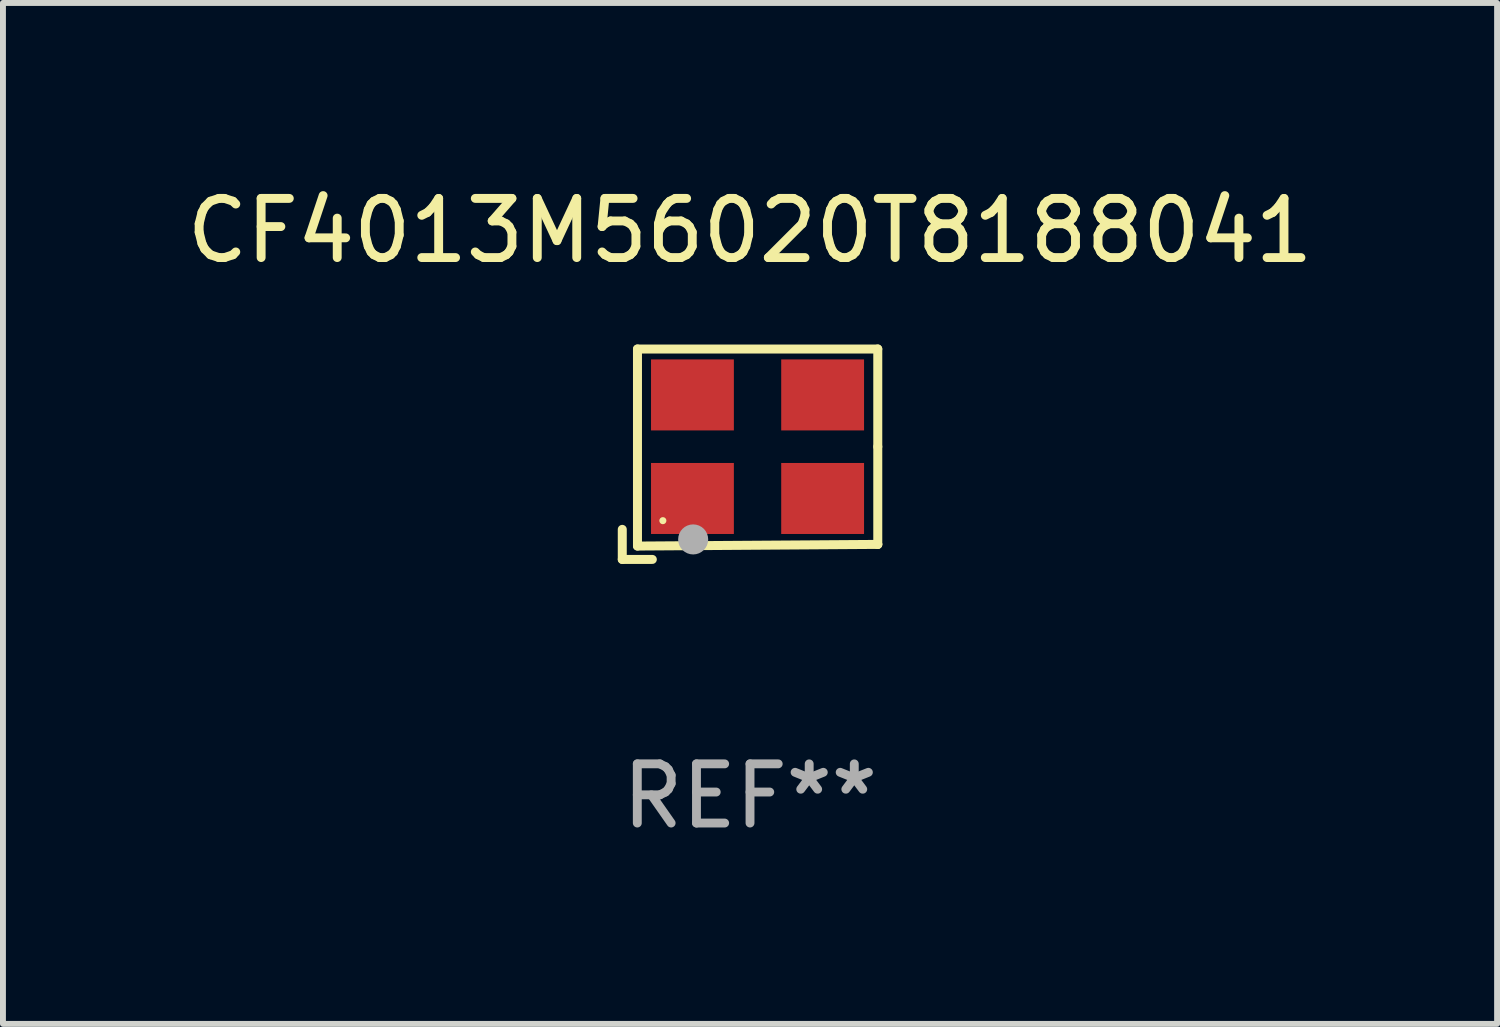
<source format=kicad_pcb>
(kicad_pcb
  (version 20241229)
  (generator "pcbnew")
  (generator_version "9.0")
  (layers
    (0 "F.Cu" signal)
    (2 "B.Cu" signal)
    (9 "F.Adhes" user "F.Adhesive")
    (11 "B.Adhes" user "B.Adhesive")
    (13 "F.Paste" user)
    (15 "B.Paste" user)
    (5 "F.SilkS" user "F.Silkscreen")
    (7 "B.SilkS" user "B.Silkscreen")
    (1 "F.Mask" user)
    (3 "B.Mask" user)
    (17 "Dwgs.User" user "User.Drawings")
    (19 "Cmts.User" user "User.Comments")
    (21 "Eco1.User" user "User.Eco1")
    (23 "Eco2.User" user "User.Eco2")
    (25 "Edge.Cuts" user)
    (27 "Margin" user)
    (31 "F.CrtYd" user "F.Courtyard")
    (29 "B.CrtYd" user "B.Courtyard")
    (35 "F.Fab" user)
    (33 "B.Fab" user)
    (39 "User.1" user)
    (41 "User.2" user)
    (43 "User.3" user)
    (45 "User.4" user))
  (footprint "CF4013M56020T8188041"
    (layer "F.Cu")
    (at 9.625 4.626)
    (property "Reference" "CF4013M56020T8188041" (at 0 -3.778 0) (layer "F.SilkS") (effects (font (size 1 1) (thickness 0.15))))
    (attr through_hole)
    (fp_line (start -2.159 1.27) (end -2.159 1.778) (stroke (width 0.152) (type solid)) (layer "F.SilkS"))
    (fp_line (start -2.159 1.778) (end -1.651 1.778) (stroke (width 0.152) (type solid)) (layer "F.SilkS"))
    (fp_line (start -1.902 -1.778) (end 2.159 -1.778) (stroke (width 0.152) (type solid)) (layer "F.SilkS"))
    (fp_line (start -1.902 1.552) (end -1.902 -1.778) (stroke (width 0.152) (type solid)) (layer "F.SilkS"))
    (fp_line (start 2.159 -1.778) (end 2.159 -0.127) (stroke (width 0.152) (type solid)) (layer "F.SilkS"))
    (fp_line (start 2.159 -0.127) (end 2.159 1.524) (stroke (width 0.152) (type solid)) (layer "F.SilkS"))
    (fp_line (start 2.159 1.524) (end -1.902 1.552) (stroke (width 0.152) (type solid)) (layer "F.SilkS"))
    (fp_line (start 2.159 1.524) (end 2.159 1.524) (stroke (width 0.152) (type solid)) (layer "F.SilkS"))
    (fp_circle (center -1.473 1.123) (end -1.443 1.123) (stroke (width 0.06) (type solid)) (fill no) (layer "F.SilkS"))
    (fp_circle (center -0.961 1.44) (end -0.834 1.44) (stroke (width 0.254) (type solid)) (fill no) (layer "F.Fab"))
    (fp_text user "REF**" (at 0 5.778 0) (layer "F.Fab") (effects (font (size 1 1) (thickness 0.15))))
    (pad "1" smd rect (at -0.973 0.748) (size 1.4 1.2) (layers "F.Cu" "F.Mask" "F.Paste"))
    (pad "2" smd rect (at 1.227 0.748) (size 1.4 1.2) (layers "F.Cu" "F.Mask" "F.Paste"))
    (pad "3" smd rect (at 1.227 -1.002) (size 1.4 1.2) (layers "F.Cu" "F.Mask" "F.Paste"))
    (pad "4" smd rect (at -0.973 -1.002) (size 1.4 1.2) (layers "F.Cu" "F.Mask" "F.Paste")))
  (gr_rect
    (start -3 -3)
    (end 22.25 14.253)
    (stroke (width 0.1) (type default))
    (fill no)
    (layer "Edge.Cuts")))
</source>
